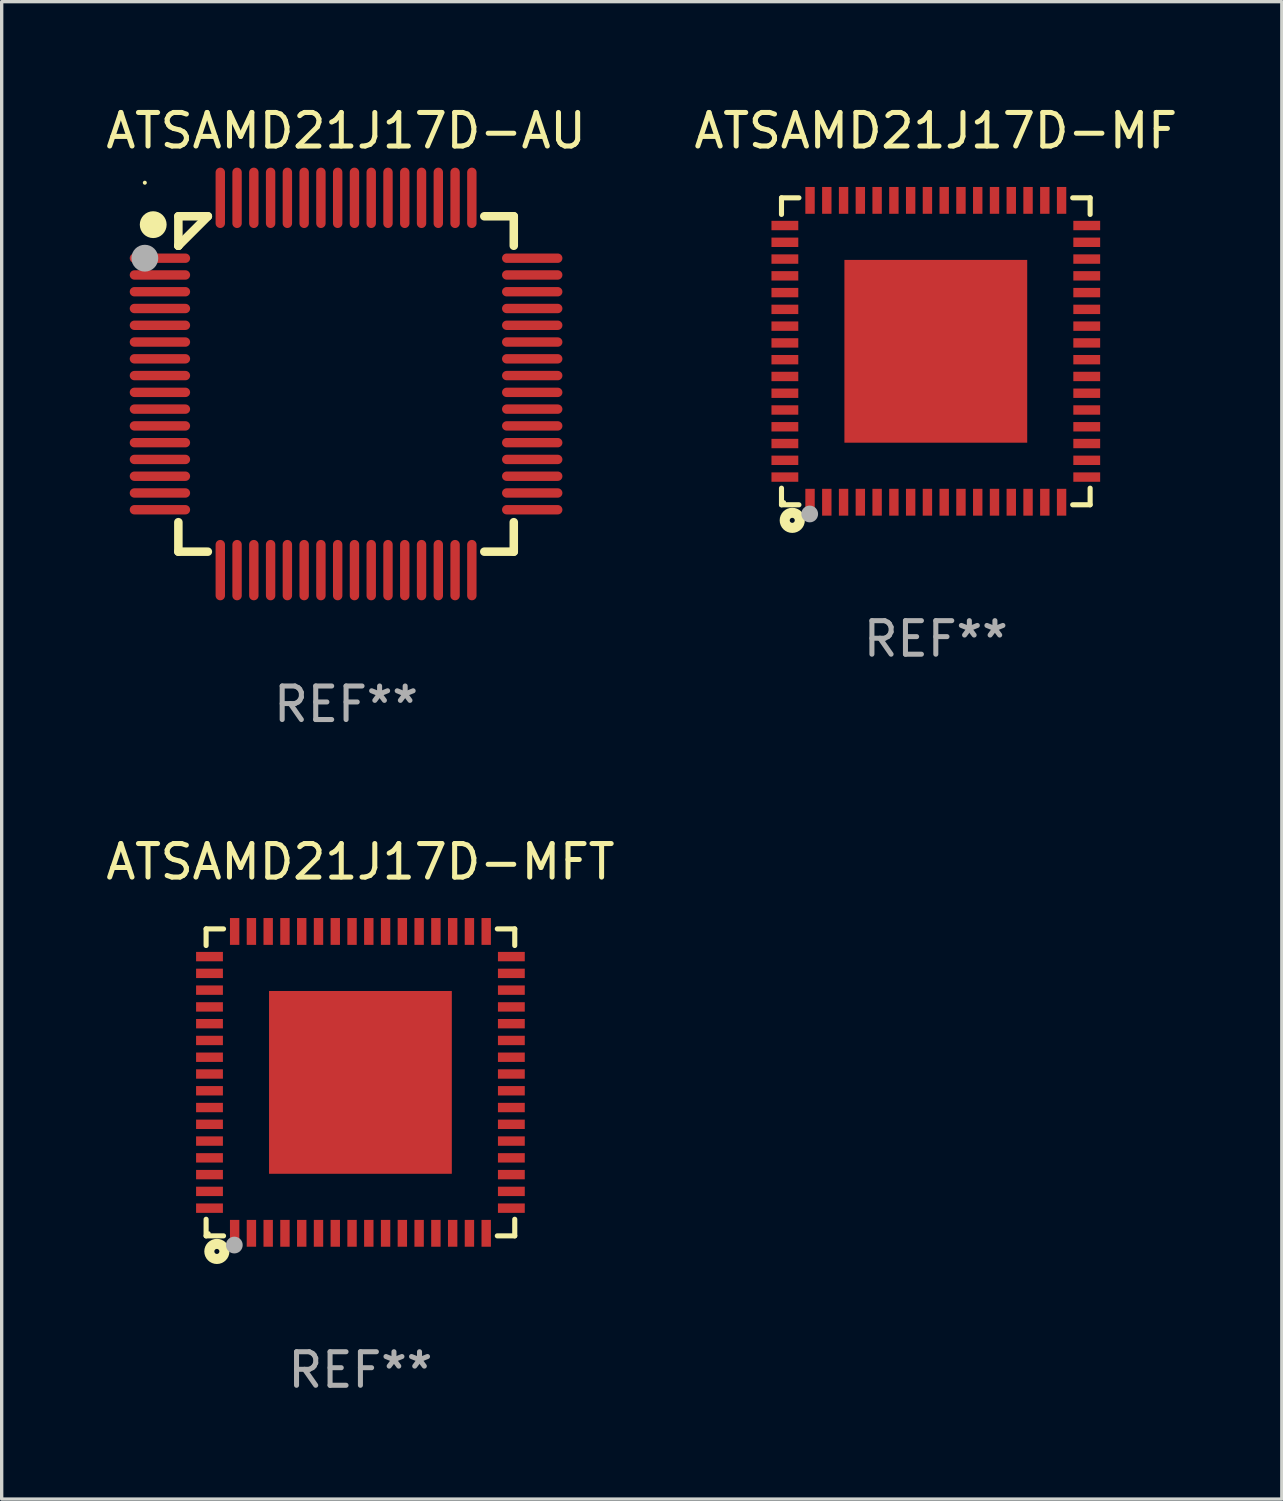
<source format=kicad_pcb>
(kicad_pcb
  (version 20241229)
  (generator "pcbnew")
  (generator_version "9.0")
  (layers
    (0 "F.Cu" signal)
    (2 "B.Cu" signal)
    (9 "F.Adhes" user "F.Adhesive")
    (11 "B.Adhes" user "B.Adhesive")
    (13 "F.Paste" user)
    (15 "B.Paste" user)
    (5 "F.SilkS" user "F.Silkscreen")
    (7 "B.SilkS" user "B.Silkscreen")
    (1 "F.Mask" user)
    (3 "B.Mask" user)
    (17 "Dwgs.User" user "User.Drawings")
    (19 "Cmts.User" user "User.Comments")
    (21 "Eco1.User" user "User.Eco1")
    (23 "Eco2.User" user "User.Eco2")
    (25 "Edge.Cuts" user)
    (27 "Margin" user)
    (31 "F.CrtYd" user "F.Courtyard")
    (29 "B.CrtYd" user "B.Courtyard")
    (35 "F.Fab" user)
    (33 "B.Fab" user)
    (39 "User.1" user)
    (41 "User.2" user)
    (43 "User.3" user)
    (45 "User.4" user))
  (footprint "ATSAMD21J17D-MFT"
    (layer "F.Cu")
    (at 7.696 29.221)
    (property "Reference" "ATSAMD21J17D-MFT" (at 0 -6.576 0) (layer "F.SilkS") (effects (font (size 1 1) (thickness 0.15))))
    (attr through_hole)
    (fp_line (start -4.601 -4.576) (end -4.081 -4.576) (stroke (width 0.152) (type solid)) (layer "F.SilkS"))
    (fp_line (start -4.601 -4.081) (end -4.601 -4.576) (stroke (width 0.152) (type solid)) (layer "F.SilkS"))
    (fp_line (start -4.601 4.081) (end -4.601 4.576) (stroke (width 0.152) (type solid)) (layer "F.SilkS"))
    (fp_line (start -4.601 4.576) (end -4.081 4.576) (stroke (width 0.152) (type solid)) (layer "F.SilkS"))
    (fp_line (start 4.601 -4.576) (end 4.081 -4.576) (stroke (width 0.152) (type solid)) (layer "F.SilkS"))
    (fp_line (start 4.601 -4.081) (end 4.601 -4.576) (stroke (width 0.152) (type solid)) (layer "F.SilkS"))
    (fp_line (start 4.601 4.081) (end 4.601 4.576) (stroke (width 0.152) (type solid)) (layer "F.SilkS"))
    (fp_line (start 4.601 4.576) (end 4.081 4.576) (stroke (width 0.152) (type solid)) (layer "F.SilkS"))
    (fp_circle (center -4.525 4.5) (end -4.495 4.5) (stroke (width 0.06) (type solid)) (fill no) (layer "F.SilkS"))
    (fp_circle (center -4.28 5.04) (end -4.205 5.04) (stroke (width 0.3) (type solid)) (fill no) (layer "F.SilkS"))
    (fp_circle (center -3.76 4.85) (end -3.635 4.85) (stroke (width 0.25) (type solid)) (fill no) (layer "F.Fab"))
    (fp_text user "REF**" (at 0 8.576 0) (layer "F.Fab") (effects (font (size 1 1) (thickness 0.15))))
    (pad "1" smd rect (at -3.75 4.5) (size 0.28 0.8) (layers "F.Cu" "F.Mask" "F.Paste"))
    (pad "2" smd rect (at -3.25 4.5) (size 0.28 0.8) (layers "F.Cu" "F.Mask" "F.Paste"))
    (pad "3" smd rect (at -2.75 4.5) (size 0.28 0.8) (layers "F.Cu" "F.Mask" "F.Paste"))
    (pad "4" smd rect (at -2.25 4.5) (size 0.28 0.8) (layers "F.Cu" "F.Mask" "F.Paste"))
    (pad "5" smd rect (at -1.75 4.5) (size 0.28 0.8) (layers "F.Cu" "F.Mask" "F.Paste"))
    (pad "6" smd rect (at -1.25 4.5) (size 0.28 0.8) (layers "F.Cu" "F.Mask" "F.Paste"))
    (pad "7" smd rect (at -0.75 4.5) (size 0.28 0.8) (layers "F.Cu" "F.Mask" "F.Paste"))
    (pad "8" smd rect (at -0.25 4.5) (size 0.28 0.8) (layers "F.Cu" "F.Mask" "F.Paste"))
    (pad "9" smd rect (at 0.25 4.5) (size 0.28 0.8) (layers "F.Cu" "F.Mask" "F.Paste"))
    (pad "10" smd rect (at 0.75 4.5) (size 0.28 0.8) (layers "F.Cu" "F.Mask" "F.Paste"))
    (pad "11" smd rect (at 1.25 4.5) (size 0.28 0.8) (layers "F.Cu" "F.Mask" "F.Paste"))
    (pad "12" smd rect (at 1.75 4.5) (size 0.28 0.8) (layers "F.Cu" "F.Mask" "F.Paste"))
    (pad "13" smd rect (at 2.25 4.5) (size 0.28 0.8) (layers "F.Cu" "F.Mask" "F.Paste"))
    (pad "14" smd rect (at 2.75 4.5) (size 0.28 0.8) (layers "F.Cu" "F.Mask" "F.Paste"))
    (pad "15" smd rect (at 3.25 4.5) (size 0.28 0.8) (layers "F.Cu" "F.Mask" "F.Paste"))
    (pad "16" smd rect (at 3.75 4.5) (size 0.28 0.8) (layers "F.Cu" "F.Mask" "F.Paste"))
    (pad "17" smd rect (at 4.5 3.75) (size 0.8 0.28) (layers "F.Cu" "F.Mask" "F.Paste"))
    (pad "18" smd rect (at 4.5 3.25) (size 0.8 0.28) (layers "F.Cu" "F.Mask" "F.Paste"))
    (pad "19" smd rect (at 4.5 2.75) (size 0.8 0.28) (layers "F.Cu" "F.Mask" "F.Paste"))
    (pad "20" smd rect (at 4.5 2.25) (size 0.8 0.28) (layers "F.Cu" "F.Mask" "F.Paste"))
    (pad "21" smd rect (at 4.5 1.75) (size 0.8 0.28) (layers "F.Cu" "F.Mask" "F.Paste"))
    (pad "22" smd rect (at 4.5 1.25) (size 0.8 0.28) (layers "F.Cu" "F.Mask" "F.Paste"))
    (pad "23" smd rect (at 4.5 0.75) (size 0.8 0.28) (layers "F.Cu" "F.Mask" "F.Paste"))
    (pad "24" smd rect (at 4.5 0.25) (size 0.8 0.28) (layers "F.Cu" "F.Mask" "F.Paste"))
    (pad "25" smd rect (at 4.5 -0.25) (size 0.8 0.28) (layers "F.Cu" "F.Mask" "F.Paste"))
    (pad "26" smd rect (at 4.5 -0.75) (size 0.8 0.28) (layers "F.Cu" "F.Mask" "F.Paste"))
    (pad "27" smd rect (at 4.5 -1.25) (size 0.8 0.28) (layers "F.Cu" "F.Mask" "F.Paste"))
    (pad "28" smd rect (at 4.5 -1.75) (size 0.8 0.28) (layers "F.Cu" "F.Mask" "F.Paste"))
    (pad "29" smd rect (at 4.5 -2.25) (size 0.8 0.28) (layers "F.Cu" "F.Mask" "F.Paste"))
    (pad "30" smd rect (at 4.5 -2.75) (size 0.8 0.28) (layers "F.Cu" "F.Mask" "F.Paste"))
    (pad "31" smd rect (at 4.5 -3.25) (size 0.8 0.28) (layers "F.Cu" "F.Mask" "F.Paste"))
    (pad "32" smd rect (at 4.5 -3.75) (size 0.8 0.28) (layers "F.Cu" "F.Mask" "F.Paste"))
    (pad "33" smd rect (at 3.75 -4.5) (size 0.28 0.8) (layers "F.Cu" "F.Mask" "F.Paste"))
    (pad "34" smd rect (at 3.25 -4.5) (size 0.28 0.8) (layers "F.Cu" "F.Mask" "F.Paste"))
    (pad "35" smd rect (at 2.75 -4.5) (size 0.28 0.8) (layers "F.Cu" "F.Mask" "F.Paste"))
    (pad "36" smd rect (at 2.25 -4.5) (size 0.28 0.8) (layers "F.Cu" "F.Mask" "F.Paste"))
    (pad "37" smd rect (at 1.75 -4.5) (size 0.28 0.8) (layers "F.Cu" "F.Mask" "F.Paste"))
    (pad "38" smd rect (at 1.25 -4.5) (size 0.28 0.8) (layers "F.Cu" "F.Mask" "F.Paste"))
    (pad "39" smd rect (at 0.75 -4.5) (size 0.28 0.8) (layers "F.Cu" "F.Mask" "F.Paste"))
    (pad "40" smd rect (at 0.25 -4.5) (size 0.28 0.8) (layers "F.Cu" "F.Mask" "F.Paste"))
    (pad "41" smd rect (at -0.25 -4.5) (size 0.28 0.8) (layers "F.Cu" "F.Mask" "F.Paste"))
    (pad "42" smd rect (at -0.75 -4.5) (size 0.28 0.8) (layers "F.Cu" "F.Mask" "F.Paste"))
    (pad "43" smd rect (at -1.25 -4.5) (size 0.28 0.8) (layers "F.Cu" "F.Mask" "F.Paste"))
    (pad "44" smd rect (at -1.75 -4.5) (size 0.28 0.8) (layers "F.Cu" "F.Mask" "F.Paste"))
    (pad "45" smd rect (at -2.25 -4.5) (size 0.28 0.8) (layers "F.Cu" "F.Mask" "F.Paste"))
    (pad "46" smd rect (at -2.75 -4.5) (size 0.28 0.8) (layers "F.Cu" "F.Mask" "F.Paste"))
    (pad "47" smd rect (at -3.25 -4.5) (size 0.28 0.8) (layers "F.Cu" "F.Mask" "F.Paste"))
    (pad "48" smd rect (at -3.75 -4.5) (size 0.28 0.8) (layers "F.Cu" "F.Mask" "F.Paste"))
    (pad "49" smd rect (at -4.5 -3.75) (size 0.8 0.28) (layers "F.Cu" "F.Mask" "F.Paste"))
    (pad "50" smd rect (at -4.5 -3.25) (size 0.8 0.28) (layers "F.Cu" "F.Mask" "F.Paste"))
    (pad "51" smd rect (at -4.5 -2.75) (size 0.8 0.28) (layers "F.Cu" "F.Mask" "F.Paste"))
    (pad "52" smd rect (at -4.5 -2.25) (size 0.8 0.28) (layers "F.Cu" "F.Mask" "F.Paste"))
    (pad "53" smd rect (at -4.5 -1.75) (size 0.8 0.28) (layers "F.Cu" "F.Mask" "F.Paste"))
    (pad "54" smd rect (at -4.5 -1.25) (size 0.8 0.28) (layers "F.Cu" "F.Mask" "F.Paste"))
    (pad "55" smd rect (at -4.5 -0.75) (size 0.8 0.28) (layers "F.Cu" "F.Mask" "F.Paste"))
    (pad "56" smd rect (at -4.5 -0.25) (size 0.8 0.28) (layers "F.Cu" "F.Mask" "F.Paste"))
    (pad "57" smd rect (at -4.5 0.25) (size 0.8 0.28) (layers "F.Cu" "F.Mask" "F.Paste"))
    (pad "58" smd rect (at -4.5 0.75) (size 0.8 0.28) (layers "F.Cu" "F.Mask" "F.Paste"))
    (pad "59" smd rect (at -4.5 1.25) (size 0.8 0.28) (layers "F.Cu" "F.Mask" "F.Paste"))
    (pad "60" smd rect (at -4.5 1.75) (size 0.8 0.28) (layers "F.Cu" "F.Mask" "F.Paste"))
    (pad "61" smd rect (at -4.5 2.25) (size 0.8 0.28) (layers "F.Cu" "F.Mask" "F.Paste"))
    (pad "62" smd rect (at -4.5 2.75) (size 0.8 0.28) (layers "F.Cu" "F.Mask" "F.Paste"))
    (pad "63" smd rect (at -4.5 3.25) (size 0.8 0.28) (layers "F.Cu" "F.Mask" "F.Paste"))
    (pad "64" smd rect (at -4.5 3.75) (size 0.8 0.28) (layers "F.Cu" "F.Mask" "F.Paste"))
    (pad "65" smd rect (at 0 0) (size 5.45 5.45) (layers "F.Cu" "F.Mask" "F.Paste")))
  (footprint "ATSAMD21J17D-AU"
    (layer "F.Cu")
    (at 7.268 8.398)
    (property "Reference" "ATSAMD21J17D-AU" (at 0 -7.55 0) (layer "F.SilkS") (effects (font (size 1 1) (thickness 0.15))))
    (attr through_hole)
    (fp_line (start -5 -5) (end -4.121 -5) (stroke (width 0.254) (type solid)) (layer "F.SilkS"))
    (fp_line (start -5 -4.121) (end -5 -5) (stroke (width 0.254) (type solid)) (layer "F.SilkS"))
    (fp_line (start -5 -4.121) (end -5 -4.121) (stroke (width 0.254) (type solid)) (layer "F.SilkS"))
    (fp_line (start -5 -4.121) (end -4.121 -5) (stroke (width 0.254) (type solid)) (layer "F.SilkS"))
    (fp_line (start -5 5) (end -5 4.121) (stroke (width 0.254) (type solid)) (layer "F.SilkS"))
    (fp_line (start -4.121 5) (end -5 5) (stroke (width 0.254) (type solid)) (layer "F.SilkS"))
    (fp_line (start 4.121 -5) (end 5 -5) (stroke (width 0.254) (type solid)) (layer "F.SilkS"))
    (fp_line (start 5 -5) (end 5 -4.121) (stroke (width 0.254) (type solid)) (layer "F.SilkS"))
    (fp_line (start 5 4.121) (end 5 5) (stroke (width 0.254) (type solid)) (layer "F.SilkS"))
    (fp_line (start 5 5) (end 4.121 5) (stroke (width 0.254) (type solid)) (layer "F.SilkS"))
    (fp_circle (center -6 -6) (end -5.97 -6) (stroke (width 0.06) (type solid)) (fill no) (layer "F.SilkS"))
    (fp_circle (center -5.75 -4.75) (end -5.55 -4.75) (stroke (width 0.4) (type solid)) (fill no) (layer "F.SilkS"))
    (fp_circle (center -6 -3.75) (end -5.8 -3.75) (stroke (width 0.4) (type solid)) (fill no) (layer "F.Fab"))
    (fp_text user "REF**" (at 0 9.55 0) (layer "F.Fab") (effects (font (size 1 1) (thickness 0.15))))
    (pad "1" smd oval (at -5.55 -3.75 90) (size 0.28 1.8) (layers "F.Cu" "F.Mask" "F.Paste"))
    (pad "2" smd oval (at -5.55 -3.25 90) (size 0.28 1.8) (layers "F.Cu" "F.Mask" "F.Paste"))
    (pad "3" smd oval (at -5.55 -2.75 90) (size 0.28 1.8) (layers "F.Cu" "F.Mask" "F.Paste"))
    (pad "4" smd oval (at -5.55 -2.25 90) (size 0.28 1.8) (layers "F.Cu" "F.Mask" "F.Paste"))
    (pad "5" smd oval (at -5.55 -1.75 90) (size 0.28 1.8) (layers "F.Cu" "F.Mask" "F.Paste"))
    (pad "6" smd oval (at -5.55 -1.25 90) (size 0.28 1.8) (layers "F.Cu" "F.Mask" "F.Paste"))
    (pad "7" smd oval (at -5.55 -0.75 90) (size 0.28 1.8) (layers "F.Cu" "F.Mask" "F.Paste"))
    (pad "8" smd oval (at -5.55 -0.25 90) (size 0.28 1.8) (layers "F.Cu" "F.Mask" "F.Paste"))
    (pad "9" smd oval (at -5.55 0.25 90) (size 0.28 1.8) (layers "F.Cu" "F.Mask" "F.Paste"))
    (pad "10" smd oval (at -5.55 0.75 90) (size 0.28 1.8) (layers "F.Cu" "F.Mask" "F.Paste"))
    (pad "11" smd oval (at -5.55 1.25 90) (size 0.28 1.8) (layers "F.Cu" "F.Mask" "F.Paste"))
    (pad "12" smd oval (at -5.55 1.75 90) (size 0.28 1.8) (layers "F.Cu" "F.Mask" "F.Paste"))
    (pad "13" smd oval (at -5.55 2.25 90) (size 0.28 1.8) (layers "F.Cu" "F.Mask" "F.Paste"))
    (pad "14" smd oval (at -5.55 2.75 90) (size 0.28 1.8) (layers "F.Cu" "F.Mask" "F.Paste"))
    (pad "15" smd oval (at -5.55 3.25 90) (size 0.28 1.8) (layers "F.Cu" "F.Mask" "F.Paste"))
    (pad "16" smd oval (at -5.55 3.75 90) (size 0.28 1.8) (layers "F.Cu" "F.Mask" "F.Paste"))
    (pad "17" smd oval (at -3.75 5.55) (size 0.28 1.8) (layers "F.Cu" "F.Mask" "F.Paste"))
    (pad "18" smd oval (at -3.25 5.55) (size 0.28 1.8) (layers "F.Cu" "F.Mask" "F.Paste"))
    (pad "19" smd oval (at -2.75 5.55) (size 0.28 1.8) (layers "F.Cu" "F.Mask" "F.Paste"))
    (pad "20" smd oval (at -2.25 5.55) (size 0.28 1.8) (layers "F.Cu" "F.Mask" "F.Paste"))
    (pad "21" smd oval (at -1.75 5.55) (size 0.28 1.8) (layers "F.Cu" "F.Mask" "F.Paste"))
    (pad "22" smd oval (at -1.25 5.55) (size 0.28 1.8) (layers "F.Cu" "F.Mask" "F.Paste"))
    (pad "23" smd oval (at -0.75 5.55) (size 0.28 1.8) (layers "F.Cu" "F.Mask" "F.Paste"))
    (pad "24" smd oval (at -0.25 5.55) (size 0.28 1.8) (layers "F.Cu" "F.Mask" "F.Paste"))
    (pad "25" smd oval (at 0.25 5.55) (size 0.28 1.8) (layers "F.Cu" "F.Mask" "F.Paste"))
    (pad "26" smd oval (at 0.75 5.55) (size 0.28 1.8) (layers "F.Cu" "F.Mask" "F.Paste"))
    (pad "27" smd oval (at 1.25 5.55) (size 0.28 1.8) (layers "F.Cu" "F.Mask" "F.Paste"))
    (pad "28" smd oval (at 1.75 5.55) (size 0.28 1.8) (layers "F.Cu" "F.Mask" "F.Paste"))
    (pad "29" smd oval (at 2.25 5.55) (size 0.28 1.8) (layers "F.Cu" "F.Mask" "F.Paste"))
    (pad "30" smd oval (at 2.75 5.55) (size 0.28 1.8) (layers "F.Cu" "F.Mask" "F.Paste"))
    (pad "31" smd oval (at 3.25 5.55) (size 0.28 1.8) (layers "F.Cu" "F.Mask" "F.Paste"))
    (pad "32" smd oval (at 3.75 5.55) (size 0.28 1.8) (layers "F.Cu" "F.Mask" "F.Paste"))
    (pad "33" smd oval (at 5.55 3.75 90) (size 0.28 1.8) (layers "F.Cu" "F.Mask" "F.Paste"))
    (pad "34" smd oval (at 5.55 3.25 90) (size 0.28 1.8) (layers "F.Cu" "F.Mask" "F.Paste"))
    (pad "35" smd oval (at 5.55 2.75 90) (size 0.28 1.8) (layers "F.Cu" "F.Mask" "F.Paste"))
    (pad "36" smd oval (at 5.55 2.25 90) (size 0.28 1.8) (layers "F.Cu" "F.Mask" "F.Paste"))
    (pad "37" smd oval (at 5.55 1.75 90) (size 0.28 1.8) (layers "F.Cu" "F.Mask" "F.Paste"))
    (pad "38" smd oval (at 5.55 1.25 90) (size 0.28 1.8) (layers "F.Cu" "F.Mask" "F.Paste"))
    (pad "39" smd oval (at 5.55 0.75 90) (size 0.28 1.8) (layers "F.Cu" "F.Mask" "F.Paste"))
    (pad "40" smd oval (at 5.55 0.25 90) (size 0.28 1.8) (layers "F.Cu" "F.Mask" "F.Paste"))
    (pad "41" smd oval (at 5.55 -0.25 90) (size 0.28 1.8) (layers "F.Cu" "F.Mask" "F.Paste"))
    (pad "42" smd oval (at 5.55 -0.75 90) (size 0.28 1.8) (layers "F.Cu" "F.Mask" "F.Paste"))
    (pad "43" smd oval (at 5.55 -1.25 90) (size 0.28 1.8) (layers "F.Cu" "F.Mask" "F.Paste"))
    (pad "44" smd oval (at 5.55 -1.75 90) (size 0.28 1.8) (layers "F.Cu" "F.Mask" "F.Paste"))
    (pad "45" smd oval (at 5.55 -2.25 90) (size 0.28 1.8) (layers "F.Cu" "F.Mask" "F.Paste"))
    (pad "46" smd oval (at 5.55 -2.75 90) (size 0.28 1.8) (layers "F.Cu" "F.Mask" "F.Paste"))
    (pad "47" smd oval (at 5.55 -3.25 90) (size 0.28 1.8) (layers "F.Cu" "F.Mask" "F.Paste"))
    (pad "48" smd oval (at 5.55 -3.75 90) (size 0.28 1.8) (layers "F.Cu" "F.Mask" "F.Paste"))
    (pad "49" smd oval (at 3.75 -5.55) (size 0.28 1.8) (layers "F.Cu" "F.Mask" "F.Paste"))
    (pad "50" smd oval (at 3.25 -5.55) (size 0.28 1.8) (layers "F.Cu" "F.Mask" "F.Paste"))
    (pad "51" smd oval (at 2.75 -5.55) (size 0.28 1.8) (layers "F.Cu" "F.Mask" "F.Paste"))
    (pad "52" smd oval (at 2.25 -5.55) (size 0.28 1.8) (layers "F.Cu" "F.Mask" "F.Paste"))
    (pad "53" smd oval (at 1.75 -5.55) (size 0.28 1.8) (layers "F.Cu" "F.Mask" "F.Paste"))
    (pad "54" smd oval (at 1.25 -5.55) (size 0.28 1.8) (layers "F.Cu" "F.Mask" "F.Paste"))
    (pad "55" smd oval (at 0.75 -5.55) (size 0.28 1.8) (layers "F.Cu" "F.Mask" "F.Paste"))
    (pad "56" smd oval (at 0.25 -5.55) (size 0.28 1.8) (layers "F.Cu" "F.Mask" "F.Paste"))
    (pad "57" smd oval (at -0.25 -5.55) (size 0.28 1.8) (layers "F.Cu" "F.Mask" "F.Paste"))
    (pad "58" smd oval (at -0.75 -5.55) (size 0.28 1.8) (layers "F.Cu" "F.Mask" "F.Paste"))
    (pad "59" smd oval (at -1.25 -5.55) (size 0.28 1.8) (layers "F.Cu" "F.Mask" "F.Paste"))
    (pad "60" smd oval (at -1.75 -5.55) (size 0.28 1.8) (layers "F.Cu" "F.Mask" "F.Paste"))
    (pad "61" smd oval (at -2.25 -5.55) (size 0.28 1.8) (layers "F.Cu" "F.Mask" "F.Paste"))
    (pad "62" smd oval (at -2.75 -5.55) (size 0.28 1.8) (layers "F.Cu" "F.Mask" "F.Paste"))
    (pad "63" smd oval (at -3.25 -5.55) (size 0.28 1.8) (layers "F.Cu" "F.Mask" "F.Paste"))
    (pad "64" smd oval (at -3.75 -5.55) (size 0.28 1.8) (layers "F.Cu" "F.Mask" "F.Paste")))
  (footprint "ATSAMD21J17D-MF"
    (layer "F.Cu")
    (at 24.851 7.424)
    (property "Reference" "ATSAMD21J17D-MF" (at 0 -6.576 0) (layer "F.SilkS") (effects (font (size 1 1) (thickness 0.15))))
    (attr through_hole)
    (fp_line (start -4.601 -4.576) (end -4.081 -4.576) (stroke (width 0.152) (type solid)) (layer "F.SilkS"))
    (fp_line (start -4.601 -4.081) (end -4.601 -4.576) (stroke (width 0.152) (type solid)) (layer "F.SilkS"))
    (fp_line (start -4.601 4.081) (end -4.601 4.576) (stroke (width 0.152) (type solid)) (layer "F.SilkS"))
    (fp_line (start -4.601 4.576) (end -4.081 4.576) (stroke (width 0.152) (type solid)) (layer "F.SilkS"))
    (fp_line (start 4.601 -4.576) (end 4.081 -4.576) (stroke (width 0.152) (type solid)) (layer "F.SilkS"))
    (fp_line (start 4.601 -4.081) (end 4.601 -4.576) (stroke (width 0.152) (type solid)) (layer "F.SilkS"))
    (fp_line (start 4.601 4.081) (end 4.601 4.576) (stroke (width 0.152) (type solid)) (layer "F.SilkS"))
    (fp_line (start 4.601 4.576) (end 4.081 4.576) (stroke (width 0.152) (type solid)) (layer "F.SilkS"))
    (fp_circle (center -4.525 4.5) (end -4.495 4.5) (stroke (width 0.06) (type solid)) (fill no) (layer "F.SilkS"))
    (fp_circle (center -4.28 5.04) (end -4.205 5.04) (stroke (width 0.3) (type solid)) (fill no) (layer "F.SilkS"))
    (fp_circle (center -3.76 4.85) (end -3.635 4.85) (stroke (width 0.25) (type solid)) (fill no) (layer "F.Fab"))
    (fp_text user "REF**" (at 0 8.576 0) (layer "F.Fab") (effects (font (size 1 1) (thickness 0.15))))
    (pad "1" smd rect (at -3.75 4.5) (size 0.28 0.8) (layers "F.Cu" "F.Mask" "F.Paste"))
    (pad "2" smd rect (at -3.25 4.5) (size 0.28 0.8) (layers "F.Cu" "F.Mask" "F.Paste"))
    (pad "3" smd rect (at -2.75 4.5) (size 0.28 0.8) (layers "F.Cu" "F.Mask" "F.Paste"))
    (pad "4" smd rect (at -2.25 4.5) (size 0.28 0.8) (layers "F.Cu" "F.Mask" "F.Paste"))
    (pad "5" smd rect (at -1.75 4.5) (size 0.28 0.8) (layers "F.Cu" "F.Mask" "F.Paste"))
    (pad "6" smd rect (at -1.25 4.5) (size 0.28 0.8) (layers "F.Cu" "F.Mask" "F.Paste"))
    (pad "7" smd rect (at -0.75 4.5) (size 0.28 0.8) (layers "F.Cu" "F.Mask" "F.Paste"))
    (pad "8" smd rect (at -0.25 4.5) (size 0.28 0.8) (layers "F.Cu" "F.Mask" "F.Paste"))
    (pad "9" smd rect (at 0.25 4.5) (size 0.28 0.8) (layers "F.Cu" "F.Mask" "F.Paste"))
    (pad "10" smd rect (at 0.75 4.5) (size 0.28 0.8) (layers "F.Cu" "F.Mask" "F.Paste"))
    (pad "11" smd rect (at 1.25 4.5) (size 0.28 0.8) (layers "F.Cu" "F.Mask" "F.Paste"))
    (pad "12" smd rect (at 1.75 4.5) (size 0.28 0.8) (layers "F.Cu" "F.Mask" "F.Paste"))
    (pad "13" smd rect (at 2.25 4.5) (size 0.28 0.8) (layers "F.Cu" "F.Mask" "F.Paste"))
    (pad "14" smd rect (at 2.75 4.5) (size 0.28 0.8) (layers "F.Cu" "F.Mask" "F.Paste"))
    (pad "15" smd rect (at 3.25 4.5) (size 0.28 0.8) (layers "F.Cu" "F.Mask" "F.Paste"))
    (pad "16" smd rect (at 3.75 4.5) (size 0.28 0.8) (layers "F.Cu" "F.Mask" "F.Paste"))
    (pad "17" smd rect (at 4.5 3.75) (size 0.8 0.28) (layers "F.Cu" "F.Mask" "F.Paste"))
    (pad "18" smd rect (at 4.5 3.25) (size 0.8 0.28) (layers "F.Cu" "F.Mask" "F.Paste"))
    (pad "19" smd rect (at 4.5 2.75) (size 0.8 0.28) (layers "F.Cu" "F.Mask" "F.Paste"))
    (pad "20" smd rect (at 4.5 2.25) (size 0.8 0.28) (layers "F.Cu" "F.Mask" "F.Paste"))
    (pad "21" smd rect (at 4.5 1.75) (size 0.8 0.28) (layers "F.Cu" "F.Mask" "F.Paste"))
    (pad "22" smd rect (at 4.5 1.25) (size 0.8 0.28) (layers "F.Cu" "F.Mask" "F.Paste"))
    (pad "23" smd rect (at 4.5 0.75) (size 0.8 0.28) (layers "F.Cu" "F.Mask" "F.Paste"))
    (pad "24" smd rect (at 4.5 0.25) (size 0.8 0.28) (layers "F.Cu" "F.Mask" "F.Paste"))
    (pad "25" smd rect (at 4.5 -0.25) (size 0.8 0.28) (layers "F.Cu" "F.Mask" "F.Paste"))
    (pad "26" smd rect (at 4.5 -0.75) (size 0.8 0.28) (layers "F.Cu" "F.Mask" "F.Paste"))
    (pad "27" smd rect (at 4.5 -1.25) (size 0.8 0.28) (layers "F.Cu" "F.Mask" "F.Paste"))
    (pad "28" smd rect (at 4.5 -1.75) (size 0.8 0.28) (layers "F.Cu" "F.Mask" "F.Paste"))
    (pad "29" smd rect (at 4.5 -2.25) (size 0.8 0.28) (layers "F.Cu" "F.Mask" "F.Paste"))
    (pad "30" smd rect (at 4.5 -2.75) (size 0.8 0.28) (layers "F.Cu" "F.Mask" "F.Paste"))
    (pad "31" smd rect (at 4.5 -3.25) (size 0.8 0.28) (layers "F.Cu" "F.Mask" "F.Paste"))
    (pad "32" smd rect (at 4.5 -3.75) (size 0.8 0.28) (layers "F.Cu" "F.Mask" "F.Paste"))
    (pad "33" smd rect (at 3.75 -4.5) (size 0.28 0.8) (layers "F.Cu" "F.Mask" "F.Paste"))
    (pad "34" smd rect (at 3.25 -4.5) (size 0.28 0.8) (layers "F.Cu" "F.Mask" "F.Paste"))
    (pad "35" smd rect (at 2.75 -4.5) (size 0.28 0.8) (layers "F.Cu" "F.Mask" "F.Paste"))
    (pad "36" smd rect (at 2.25 -4.5) (size 0.28 0.8) (layers "F.Cu" "F.Mask" "F.Paste"))
    (pad "37" smd rect (at 1.75 -4.5) (size 0.28 0.8) (layers "F.Cu" "F.Mask" "F.Paste"))
    (pad "38" smd rect (at 1.25 -4.5) (size 0.28 0.8) (layers "F.Cu" "F.Mask" "F.Paste"))
    (pad "39" smd rect (at 0.75 -4.5) (size 0.28 0.8) (layers "F.Cu" "F.Mask" "F.Paste"))
    (pad "40" smd rect (at 0.25 -4.5) (size 0.28 0.8) (layers "F.Cu" "F.Mask" "F.Paste"))
    (pad "41" smd rect (at -0.25 -4.5) (size 0.28 0.8) (layers "F.Cu" "F.Mask" "F.Paste"))
    (pad "42" smd rect (at -0.75 -4.5) (size 0.28 0.8) (layers "F.Cu" "F.Mask" "F.Paste"))
    (pad "43" smd rect (at -1.25 -4.5) (size 0.28 0.8) (layers "F.Cu" "F.Mask" "F.Paste"))
    (pad "44" smd rect (at -1.75 -4.5) (size 0.28 0.8) (layers "F.Cu" "F.Mask" "F.Paste"))
    (pad "45" smd rect (at -2.25 -4.5) (size 0.28 0.8) (layers "F.Cu" "F.Mask" "F.Paste"))
    (pad "46" smd rect (at -2.75 -4.5) (size 0.28 0.8) (layers "F.Cu" "F.Mask" "F.Paste"))
    (pad "47" smd rect (at -3.25 -4.5) (size 0.28 0.8) (layers "F.Cu" "F.Mask" "F.Paste"))
    (pad "48" smd rect (at -3.75 -4.5) (size 0.28 0.8) (layers "F.Cu" "F.Mask" "F.Paste"))
    (pad "49" smd rect (at -4.5 -3.75) (size 0.8 0.28) (layers "F.Cu" "F.Mask" "F.Paste"))
    (pad "50" smd rect (at -4.5 -3.25) (size 0.8 0.28) (layers "F.Cu" "F.Mask" "F.Paste"))
    (pad "51" smd rect (at -4.5 -2.75) (size 0.8 0.28) (layers "F.Cu" "F.Mask" "F.Paste"))
    (pad "52" smd rect (at -4.5 -2.25) (size 0.8 0.28) (layers "F.Cu" "F.Mask" "F.Paste"))
    (pad "53" smd rect (at -4.5 -1.75) (size 0.8 0.28) (layers "F.Cu" "F.Mask" "F.Paste"))
    (pad "54" smd rect (at -4.5 -1.25) (size 0.8 0.28) (layers "F.Cu" "F.Mask" "F.Paste"))
    (pad "55" smd rect (at -4.5 -0.75) (size 0.8 0.28) (layers "F.Cu" "F.Mask" "F.Paste"))
    (pad "56" smd rect (at -4.5 -0.25) (size 0.8 0.28) (layers "F.Cu" "F.Mask" "F.Paste"))
    (pad "57" smd rect (at -4.5 0.25) (size 0.8 0.28) (layers "F.Cu" "F.Mask" "F.Paste"))
    (pad "58" smd rect (at -4.5 0.75) (size 0.8 0.28) (layers "F.Cu" "F.Mask" "F.Paste"))
    (pad "59" smd rect (at -4.5 1.25) (size 0.8 0.28) (layers "F.Cu" "F.Mask" "F.Paste"))
    (pad "60" smd rect (at -4.5 1.75) (size 0.8 0.28) (layers "F.Cu" "F.Mask" "F.Paste"))
    (pad "61" smd rect (at -4.5 2.25) (size 0.8 0.28) (layers "F.Cu" "F.Mask" "F.Paste"))
    (pad "62" smd rect (at -4.5 2.75) (size 0.8 0.28) (layers "F.Cu" "F.Mask" "F.Paste"))
    (pad "63" smd rect (at -4.5 3.25) (size 0.8 0.28) (layers "F.Cu" "F.Mask" "F.Paste"))
    (pad "64" smd rect (at -4.5 3.75) (size 0.8 0.28) (layers "F.Cu" "F.Mask" "F.Paste"))
    (pad "65" smd rect (at 0 0) (size 5.45 5.45) (layers "F.Cu" "F.Mask" "F.Paste")))
  (gr_rect
    (start -3 -3)
    (end 35.167 41.645)
    (stroke (width 0.1) (type default))
    (fill no)
    (layer "Edge.Cuts")))
</source>
